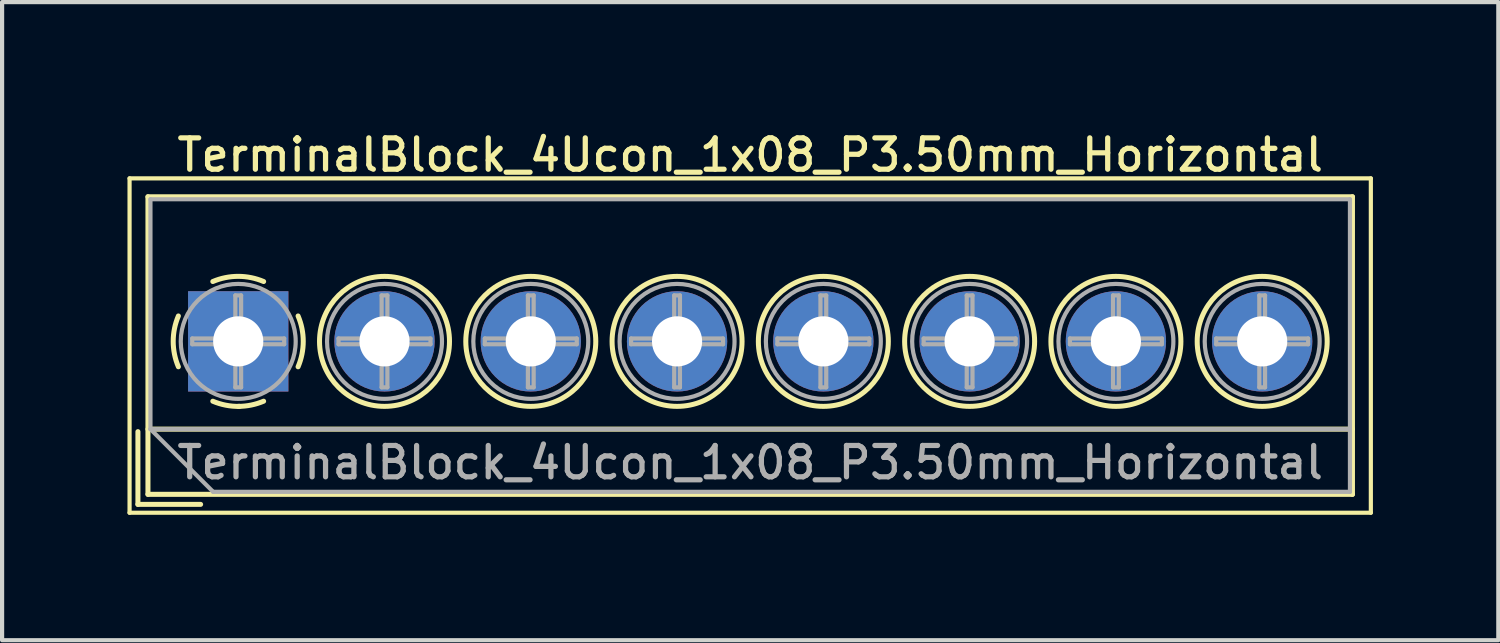
<source format=kicad_pcb>
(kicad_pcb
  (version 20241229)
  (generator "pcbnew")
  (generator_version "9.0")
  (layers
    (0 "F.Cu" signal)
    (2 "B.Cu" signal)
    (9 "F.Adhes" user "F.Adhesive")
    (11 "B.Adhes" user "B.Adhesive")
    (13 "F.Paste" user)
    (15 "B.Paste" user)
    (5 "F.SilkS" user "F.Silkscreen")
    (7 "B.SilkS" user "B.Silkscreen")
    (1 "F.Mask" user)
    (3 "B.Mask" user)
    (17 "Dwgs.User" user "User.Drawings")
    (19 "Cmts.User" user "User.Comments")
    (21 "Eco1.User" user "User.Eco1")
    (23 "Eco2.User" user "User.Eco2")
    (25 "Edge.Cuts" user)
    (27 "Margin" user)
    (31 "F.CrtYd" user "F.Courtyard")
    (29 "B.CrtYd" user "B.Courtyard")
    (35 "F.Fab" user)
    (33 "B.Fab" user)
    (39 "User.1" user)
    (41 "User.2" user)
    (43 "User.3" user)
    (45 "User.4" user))
  (footprint "TerminalBlock_4Ucon_1x08_P3.50mm_Horizontal"
    (layer "F.Cu")
    (at 2.65 5.118)
    (property "Reference" "TerminalBlock_4Ucon_1x08_P3.50mm_Horizontal" (at 12.25 -4.46 0) (layer "F.SilkS") (effects (font (size 0.75 0.75) (thickness 0.125))))
    (attr through_hole)
    (fp_line (start -2.6 -3.9) (end -2.6 4.1) (stroke (width 0.1) (type solid)) (layer "F.SilkS"))
    (fp_line (start -2.6 4.1) (end 27.1 4.1) (stroke (width 0.1) (type solid)) (layer "F.SilkS"))
    (fp_line (start -2.4 2.16) (end -2.4 3.9) (stroke (width 0.12) (type solid)) (layer "F.SilkS"))
    (fp_line (start -2.4 3.9) (end -0.9 3.9) (stroke (width 0.12) (type solid)) (layer "F.SilkS"))
    (fp_line (start -2.16 -3.46) (end -2.16 3.66) (stroke (width 0.12) (type solid)) (layer "F.SilkS"))
    (fp_line (start -2.16 -3.46) (end 26.66 -3.46) (stroke (width 0.12) (type solid)) (layer "F.SilkS"))
    (fp_line (start -2.16 2.1) (end 26.66 2.1) (stroke (width 0.12) (type solid)) (layer "F.SilkS"))
    (fp_line (start -2.16 3.66) (end 26.66 3.66) (stroke (width 0.12) (type solid)) (layer "F.SilkS"))
    (fp_line (start 26.66 -3.46) (end 26.66 3.66) (stroke (width 0.12) (type solid)) (layer "F.SilkS"))
    (fp_line (start 27.1 -3.9) (end -2.6 -3.9) (stroke (width 0.1) (type solid)) (layer "F.SilkS"))
    (fp_line (start 27.1 4.1) (end 27.1 -3.9) (stroke (width 0.1) (type solid)) (layer "F.SilkS"))
    (fp_arc (start -1.432109 0.607742) (mid -1.555727 -0.00014) (end -1.432 -0.608) (stroke (width 0.12) (type solid)) (layer "F.SilkS"))
    (fp_arc (start -0.607742 -1.432109) (mid 0.00014 -1.555727) (end 0.608 -1.432) (stroke (width 0.12) (type solid)) (layer "F.SilkS"))
    (fp_arc (start 0.027011 1.555493) (mid -0.296984 1.527118) (end -0.608 1.432) (stroke (width 0.12) (type solid)) (layer "F.SilkS"))
    (fp_arc (start 0.607587 1.431385) (mid 0.310017 1.523783) (end 0 1.555) (stroke (width 0.12) (type solid)) (layer "F.SilkS"))
    (fp_arc (start 1.432109 -0.607742) (mid 1.555727 0.00014) (end 1.432 0.608) (stroke (width 0.12) (type solid)) (layer "F.SilkS"))
    (fp_circle (center 3.5 0) (end 5.055 0) (stroke (width 0.12) (type solid)) (fill no) (layer "F.SilkS"))
    (fp_circle (center 7 0) (end 8.555 0) (stroke (width 0.12) (type solid)) (fill no) (layer "F.SilkS"))
    (fp_circle (center 10.5 0) (end 12.055 0) (stroke (width 0.12) (type solid)) (fill no) (layer "F.SilkS"))
    (fp_circle (center 14 0) (end 15.555 0) (stroke (width 0.12) (type solid)) (fill no) (layer "F.SilkS"))
    (fp_circle (center 17.5 0) (end 19.055 0) (stroke (width 0.12) (type solid)) (fill no) (layer "F.SilkS"))
    (fp_circle (center 21 0) (end 22.555 0) (stroke (width 0.12) (type solid)) (fill no) (layer "F.SilkS"))
    (fp_circle (center 24.5 0) (end 26.055 0) (stroke (width 0.12) (type solid)) (fill no) (layer "F.SilkS"))
    (fp_line (start -2.1 -3.4) (end 26.6 -3.4) (stroke (width 0.1) (type solid)) (layer "F.Fab"))
    (fp_line (start -2.1 2.1) (end -2.1 -3.4) (stroke (width 0.1) (type solid)) (layer "F.Fab"))
    (fp_line (start -2.1 2.1) (end 26.6 2.1) (stroke (width 0.1) (type solid)) (layer "F.Fab"))
    (fp_line (start -1.1 -0.069) (end -0.069 -0.069) (stroke (width 0.1) (type solid)) (layer "F.Fab"))
    (fp_line (start -1.1 0.069) (end -1.1 -0.069) (stroke (width 0.1) (type solid)) (layer "F.Fab"))
    (fp_line (start -0.6 3.6) (end -2.1 2.1) (stroke (width 0.1) (type solid)) (layer "F.Fab"))
    (fp_line (start -0.069 -1.1) (end 0.069 -1.1) (stroke (width 0.1) (type solid)) (layer "F.Fab"))
    (fp_line (start -0.069 -0.069) (end -0.069 -1.1) (stroke (width 0.1) (type solid)) (layer "F.Fab"))
    (fp_line (start -0.069 0.069) (end -1.1 0.069) (stroke (width 0.1) (type solid)) (layer "F.Fab"))
    (fp_line (start -0.069 1.1) (end -0.069 0.069) (stroke (width 0.1) (type solid)) (layer "F.Fab"))
    (fp_line (start 0.069 -1.1) (end 0.069 -0.069) (stroke (width 0.1) (type solid)) (layer "F.Fab"))
    (fp_line (start 0.069 -0.069) (end 1.1 -0.069) (stroke (width 0.1) (type solid)) (layer "F.Fab"))
    (fp_line (start 0.069 0.069) (end 0.069 1.1) (stroke (width 0.1) (type solid)) (layer "F.Fab"))
    (fp_line (start 0.069 1.1) (end -0.069 1.1) (stroke (width 0.1) (type solid)) (layer "F.Fab"))
    (fp_line (start 1.1 -0.069) (end 1.1 0.069) (stroke (width 0.1) (type solid)) (layer "F.Fab"))
    (fp_line (start 1.1 0.069) (end 0.069 0.069) (stroke (width 0.1) (type solid)) (layer "F.Fab"))
    (fp_line (start 2.4 -0.069) (end 3.431 -0.069) (stroke (width 0.1) (type solid)) (layer "F.Fab"))
    (fp_line (start 2.4 0.069) (end 2.4 -0.069) (stroke (width 0.1) (type solid)) (layer "F.Fab"))
    (fp_line (start 3.431 -1.1) (end 3.569 -1.1) (stroke (width 0.1) (type solid)) (layer "F.Fab"))
    (fp_line (start 3.431 -0.069) (end 3.431 -1.1) (stroke (width 0.1) (type solid)) (layer "F.Fab"))
    (fp_line (start 3.431 0.069) (end 2.4 0.069) (stroke (width 0.1) (type solid)) (layer "F.Fab"))
    (fp_line (start 3.431 1.1) (end 3.431 0.069) (stroke (width 0.1) (type solid)) (layer "F.Fab"))
    (fp_line (start 3.569 -1.1) (end 3.569 -0.069) (stroke (width 0.1) (type solid)) (layer "F.Fab"))
    (fp_line (start 3.569 -0.069) (end 4.6 -0.069) (stroke (width 0.1) (type solid)) (layer "F.Fab"))
    (fp_line (start 3.569 0.069) (end 3.569 1.1) (stroke (width 0.1) (type solid)) (layer "F.Fab"))
    (fp_line (start 3.569 1.1) (end 3.431 1.1) (stroke (width 0.1) (type solid)) (layer "F.Fab"))
    (fp_line (start 4.6 -0.069) (end 4.6 0.069) (stroke (width 0.1) (type solid)) (layer "F.Fab"))
    (fp_line (start 4.6 0.069) (end 3.569 0.069) (stroke (width 0.1) (type solid)) (layer "F.Fab"))
    (fp_line (start 5.9 -0.069) (end 6.931 -0.069) (stroke (width 0.1) (type solid)) (layer "F.Fab"))
    (fp_line (start 5.9 0.069) (end 5.9 -0.069) (stroke (width 0.1) (type solid)) (layer "F.Fab"))
    (fp_line (start 6.931 -1.1) (end 7.069 -1.1) (stroke (width 0.1) (type solid)) (layer "F.Fab"))
    (fp_line (start 6.931 -0.069) (end 6.931 -1.1) (stroke (width 0.1) (type solid)) (layer "F.Fab"))
    (fp_line (start 6.931 0.069) (end 5.9 0.069) (stroke (width 0.1) (type solid)) (layer "F.Fab"))
    (fp_line (start 6.931 1.1) (end 6.931 0.069) (stroke (width 0.1) (type solid)) (layer "F.Fab"))
    (fp_line (start 7.069 -1.1) (end 7.069 -0.069) (stroke (width 0.1) (type solid)) (layer "F.Fab"))
    (fp_line (start 7.069 -0.069) (end 8.1 -0.069) (stroke (width 0.1) (type solid)) (layer "F.Fab"))
    (fp_line (start 7.069 0.069) (end 7.069 1.1) (stroke (width 0.1) (type solid)) (layer "F.Fab"))
    (fp_line (start 7.069 1.1) (end 6.931 1.1) (stroke (width 0.1) (type solid)) (layer "F.Fab"))
    (fp_line (start 8.1 -0.069) (end 8.1 0.069) (stroke (width 0.1) (type solid)) (layer "F.Fab"))
    (fp_line (start 8.1 0.069) (end 7.069 0.069) (stroke (width 0.1) (type solid)) (layer "F.Fab"))
    (fp_line (start 9.4 -0.069) (end 10.431 -0.069) (stroke (width 0.1) (type solid)) (layer "F.Fab"))
    (fp_line (start 9.4 0.069) (end 9.4 -0.069) (stroke (width 0.1) (type solid)) (layer "F.Fab"))
    (fp_line (start 10.431 -1.1) (end 10.569 -1.1) (stroke (width 0.1) (type solid)) (layer "F.Fab"))
    (fp_line (start 10.431 -0.069) (end 10.431 -1.1) (stroke (width 0.1) (type solid)) (layer "F.Fab"))
    (fp_line (start 10.431 0.069) (end 9.4 0.069) (stroke (width 0.1) (type solid)) (layer "F.Fab"))
    (fp_line (start 10.431 1.1) (end 10.431 0.069) (stroke (width 0.1) (type solid)) (layer "F.Fab"))
    (fp_line (start 10.569 -1.1) (end 10.569 -0.069) (stroke (width 0.1) (type solid)) (layer "F.Fab"))
    (fp_line (start 10.569 -0.069) (end 11.6 -0.069) (stroke (width 0.1) (type solid)) (layer "F.Fab"))
    (fp_line (start 10.569 0.069) (end 10.569 1.1) (stroke (width 0.1) (type solid)) (layer "F.Fab"))
    (fp_line (start 10.569 1.1) (end 10.431 1.1) (stroke (width 0.1) (type solid)) (layer "F.Fab"))
    (fp_line (start 11.6 -0.069) (end 11.6 0.069) (stroke (width 0.1) (type solid)) (layer "F.Fab"))
    (fp_line (start 11.6 0.069) (end 10.569 0.069) (stroke (width 0.1) (type solid)) (layer "F.Fab"))
    (fp_line (start 12.9 -0.069) (end 13.931 -0.069) (stroke (width 0.1) (type solid)) (layer "F.Fab"))
    (fp_line (start 12.9 0.069) (end 12.9 -0.069) (stroke (width 0.1) (type solid)) (layer "F.Fab"))
    (fp_line (start 13.931 -1.1) (end 14.069 -1.1) (stroke (width 0.1) (type solid)) (layer "F.Fab"))
    (fp_line (start 13.931 -0.069) (end 13.931 -1.1) (stroke (width 0.1) (type solid)) (layer "F.Fab"))
    (fp_line (start 13.931 0.069) (end 12.9 0.069) (stroke (width 0.1) (type solid)) (layer "F.Fab"))
    (fp_line (start 13.931 1.1) (end 13.931 0.069) (stroke (width 0.1) (type solid)) (layer "F.Fab"))
    (fp_line (start 14.069 -1.1) (end 14.069 -0.069) (stroke (width 0.1) (type solid)) (layer "F.Fab"))
    (fp_line (start 14.069 -0.069) (end 15.1 -0.069) (stroke (width 0.1) (type solid)) (layer "F.Fab"))
    (fp_line (start 14.069 0.069) (end 14.069 1.1) (stroke (width 0.1) (type solid)) (layer "F.Fab"))
    (fp_line (start 14.069 1.1) (end 13.931 1.1) (stroke (width 0.1) (type solid)) (layer "F.Fab"))
    (fp_line (start 15.1 -0.069) (end 15.1 0.069) (stroke (width 0.1) (type solid)) (layer "F.Fab"))
    (fp_line (start 15.1 0.069) (end 14.069 0.069) (stroke (width 0.1) (type solid)) (layer "F.Fab"))
    (fp_line (start 16.4 -0.069) (end 17.431 -0.069) (stroke (width 0.1) (type solid)) (layer "F.Fab"))
    (fp_line (start 16.4 0.069) (end 16.4 -0.069) (stroke (width 0.1) (type solid)) (layer "F.Fab"))
    (fp_line (start 17.431 -1.1) (end 17.569 -1.1) (stroke (width 0.1) (type solid)) (layer "F.Fab"))
    (fp_line (start 17.431 -0.069) (end 17.431 -1.1) (stroke (width 0.1) (type solid)) (layer "F.Fab"))
    (fp_line (start 17.431 0.069) (end 16.4 0.069) (stroke (width 0.1) (type solid)) (layer "F.Fab"))
    (fp_line (start 17.431 1.1) (end 17.431 0.069) (stroke (width 0.1) (type solid)) (layer "F.Fab"))
    (fp_line (start 17.569 -1.1) (end 17.569 -0.069) (stroke (width 0.1) (type solid)) (layer "F.Fab"))
    (fp_line (start 17.569 -0.069) (end 18.6 -0.069) (stroke (width 0.1) (type solid)) (layer "F.Fab"))
    (fp_line (start 17.569 0.069) (end 17.569 1.1) (stroke (width 0.1) (type solid)) (layer "F.Fab"))
    (fp_line (start 17.569 1.1) (end 17.431 1.1) (stroke (width 0.1) (type solid)) (layer "F.Fab"))
    (fp_line (start 18.6 -0.069) (end 18.6 0.069) (stroke (width 0.1) (type solid)) (layer "F.Fab"))
    (fp_line (start 18.6 0.069) (end 17.569 0.069) (stroke (width 0.1) (type solid)) (layer "F.Fab"))
    (fp_line (start 19.9 -0.069) (end 20.931 -0.069) (stroke (width 0.1) (type solid)) (layer "F.Fab"))
    (fp_line (start 19.9 0.069) (end 19.9 -0.069) (stroke (width 0.1) (type solid)) (layer "F.Fab"))
    (fp_line (start 20.931 -1.1) (end 21.069 -1.1) (stroke (width 0.1) (type solid)) (layer "F.Fab"))
    (fp_line (start 20.931 -0.069) (end 20.931 -1.1) (stroke (width 0.1) (type solid)) (layer "F.Fab"))
    (fp_line (start 20.931 0.069) (end 19.9 0.069) (stroke (width 0.1) (type solid)) (layer "F.Fab"))
    (fp_line (start 20.931 1.1) (end 20.931 0.069) (stroke (width 0.1) (type solid)) (layer "F.Fab"))
    (fp_line (start 21.069 -1.1) (end 21.069 -0.069) (stroke (width 0.1) (type solid)) (layer "F.Fab"))
    (fp_line (start 21.069 -0.069) (end 22.1 -0.069) (stroke (width 0.1) (type solid)) (layer "F.Fab"))
    (fp_line (start 21.069 0.069) (end 21.069 1.1) (stroke (width 0.1) (type solid)) (layer "F.Fab"))
    (fp_line (start 21.069 1.1) (end 20.931 1.1) (stroke (width 0.1) (type solid)) (layer "F.Fab"))
    (fp_line (start 22.1 -0.069) (end 22.1 0.069) (stroke (width 0.1) (type solid)) (layer "F.Fab"))
    (fp_line (start 22.1 0.069) (end 21.069 0.069) (stroke (width 0.1) (type solid)) (layer "F.Fab"))
    (fp_line (start 23.4 -0.069) (end 24.431 -0.069) (stroke (width 0.1) (type solid)) (layer "F.Fab"))
    (fp_line (start 23.4 0.069) (end 23.4 -0.069) (stroke (width 0.1) (type solid)) (layer "F.Fab"))
    (fp_line (start 24.431 -1.1) (end 24.569 -1.1) (stroke (width 0.1) (type solid)) (layer "F.Fab"))
    (fp_line (start 24.431 -0.069) (end 24.431 -1.1) (stroke (width 0.1) (type solid)) (layer "F.Fab"))
    (fp_line (start 24.431 0.069) (end 23.4 0.069) (stroke (width 0.1) (type solid)) (layer "F.Fab"))
    (fp_line (start 24.431 1.1) (end 24.431 0.069) (stroke (width 0.1) (type solid)) (layer "F.Fab"))
    (fp_line (start 24.569 -1.1) (end 24.569 -0.069) (stroke (width 0.1) (type solid)) (layer "F.Fab"))
    (fp_line (start 24.569 -0.069) (end 25.6 -0.069) (stroke (width 0.1) (type solid)) (layer "F.Fab"))
    (fp_line (start 24.569 0.069) (end 24.569 1.1) (stroke (width 0.1) (type solid)) (layer "F.Fab"))
    (fp_line (start 24.569 1.1) (end 24.431 1.1) (stroke (width 0.1) (type solid)) (layer "F.Fab"))
    (fp_line (start 25.6 -0.069) (end 25.6 0.069) (stroke (width 0.1) (type solid)) (layer "F.Fab"))
    (fp_line (start 25.6 0.069) (end 24.569 0.069) (stroke (width 0.1) (type solid)) (layer "F.Fab"))
    (fp_line (start 26.6 -3.4) (end 26.6 3.6) (stroke (width 0.1) (type solid)) (layer "F.Fab"))
    (fp_line (start 26.6 3.6) (end -0.6 3.6) (stroke (width 0.1) (type solid)) (layer "F.Fab"))
    (fp_circle (center 0 0) (end 1.375 0) (stroke (width 0.1) (type solid)) (fill no) (layer "F.Fab"))
    (fp_circle (center 3.5 0) (end 4.875 0) (stroke (width 0.1) (type solid)) (fill no) (layer "F.Fab"))
    (fp_circle (center 7 0) (end 8.375 0) (stroke (width 0.1) (type solid)) (fill no) (layer "F.Fab"))
    (fp_circle (center 10.5 0) (end 11.875 0) (stroke (width 0.1) (type solid)) (fill no) (layer "F.Fab"))
    (fp_circle (center 14 0) (end 15.375 0) (stroke (width 0.1) (type solid)) (fill no) (layer "F.Fab"))
    (fp_circle (center 17.5 0) (end 18.875 0) (stroke (width 0.1) (type solid)) (fill no) (layer "F.Fab"))
    (fp_circle (center 21 0) (end 22.375 0) (stroke (width 0.1) (type solid)) (fill no) (layer "F.Fab"))
    (fp_circle (center 24.5 0) (end 25.875 0) (stroke (width 0.1) (type solid)) (fill no) (layer "F.Fab"))
    (fp_text user "${REFERENCE}" (at 12.25 2.9 0) (layer "F.Fab") (effects (font (size 0.75 0.75) (thickness 0.125))))
    (pad "1" thru_hole rect (at 0 0) (size 2.4 2.4) (drill 1.2) (layers "*.Cu" "*.Mask"))
    (pad "2" thru_hole circle (at 3.5 0) (size 2.4 2.4) (drill 1.2) (layers "*.Cu" "*.Mask"))
    (pad "3" thru_hole circle (at 7 0) (size 2.4 2.4) (drill 1.2) (layers "*.Cu" "*.Mask"))
    (pad "4" thru_hole circle (at 10.5 0) (size 2.4 2.4) (drill 1.2) (layers "*.Cu" "*.Mask"))
    (pad "5" thru_hole circle (at 14 0) (size 2.4 2.4) (drill 1.2) (layers "*.Cu" "*.Mask"))
    (pad "6" thru_hole circle (at 17.5 0) (size 2.4 2.4) (drill 1.2) (layers "*.Cu" "*.Mask"))
    (pad "7" thru_hole circle (at 21 0) (size 2.4 2.4) (drill 1.2) (layers "*.Cu" "*.Mask"))
    (pad "8" thru_hole circle (at 24.5 0) (size 2.4 2.4) (drill 1.2) (layers "*.Cu" "*.Mask")))
  (gr_rect
    (start -3 -3)
    (end 32.8 12.268)
    (stroke (width 0.1) (type default))
    (fill no)
    (layer "Edge.Cuts")))
</source>
